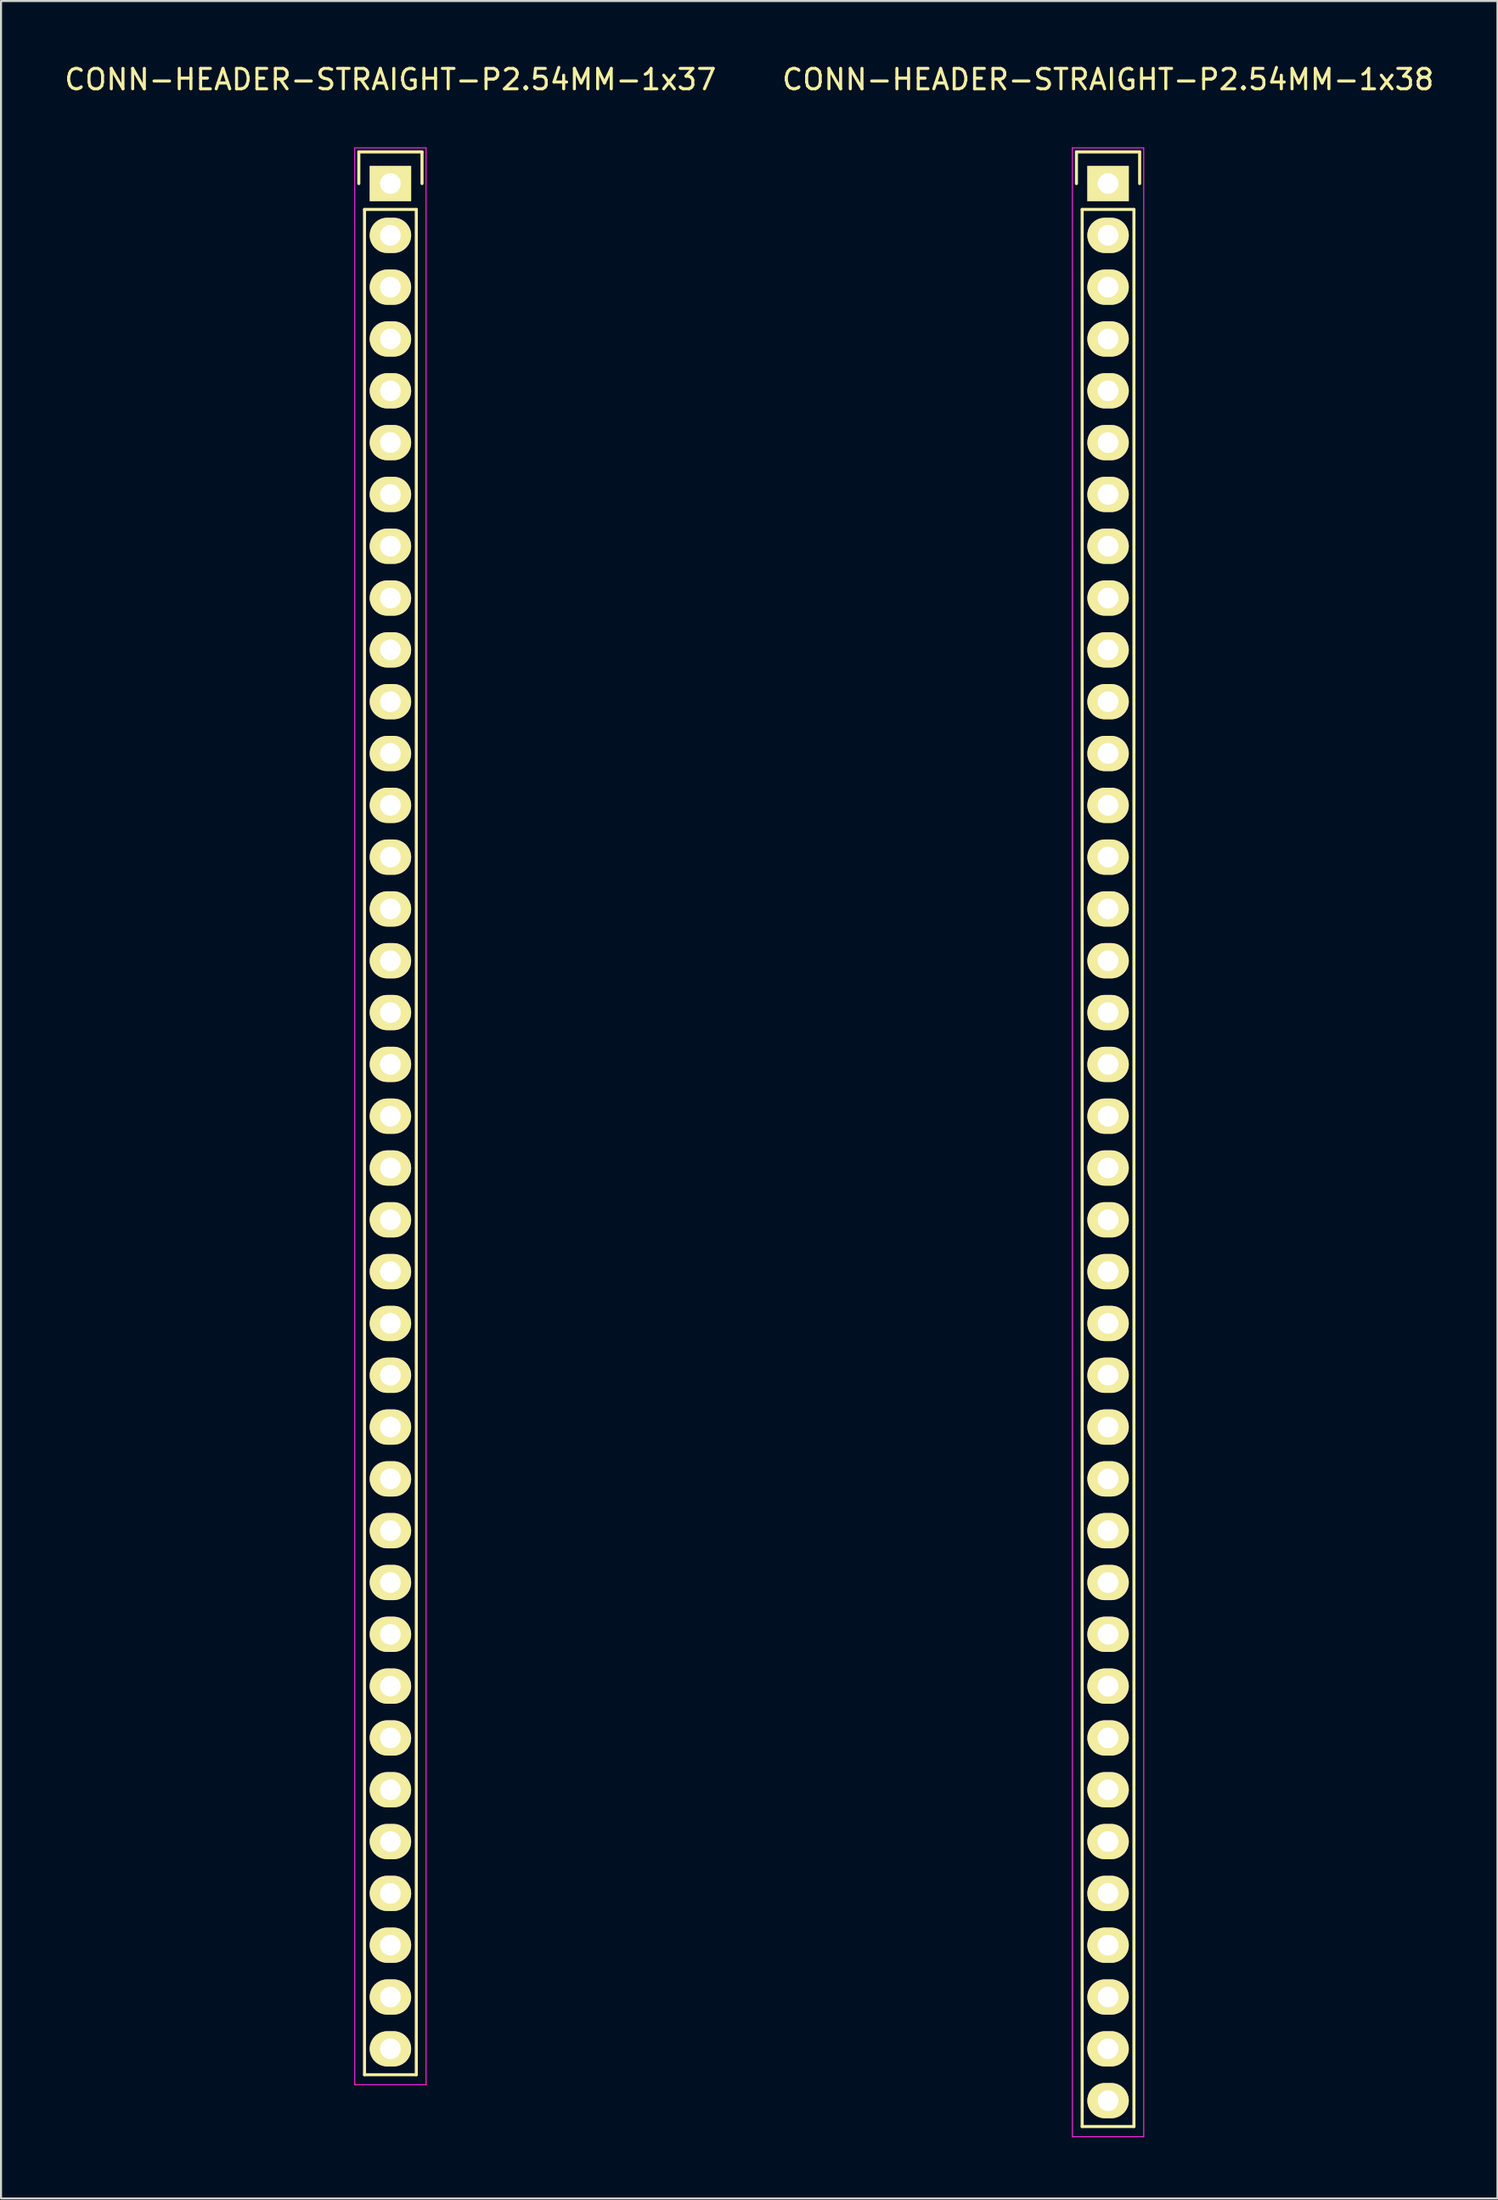
<source format=kicad_pcb>
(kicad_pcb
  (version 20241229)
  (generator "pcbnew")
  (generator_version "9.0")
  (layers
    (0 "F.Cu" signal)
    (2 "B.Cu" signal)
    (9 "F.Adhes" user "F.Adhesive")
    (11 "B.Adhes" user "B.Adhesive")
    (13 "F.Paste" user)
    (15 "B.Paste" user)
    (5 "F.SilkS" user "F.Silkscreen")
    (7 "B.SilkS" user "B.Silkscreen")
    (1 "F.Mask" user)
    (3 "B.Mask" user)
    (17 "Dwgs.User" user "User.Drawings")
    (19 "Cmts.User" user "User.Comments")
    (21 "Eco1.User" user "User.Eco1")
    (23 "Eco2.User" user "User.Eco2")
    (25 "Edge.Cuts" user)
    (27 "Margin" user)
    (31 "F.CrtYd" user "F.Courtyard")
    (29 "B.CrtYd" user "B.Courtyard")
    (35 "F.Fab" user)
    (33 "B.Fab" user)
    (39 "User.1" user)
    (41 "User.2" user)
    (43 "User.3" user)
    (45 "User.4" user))
  (footprint "CONN-HEADER-STRAIGHT-P2.54MM-1x37"
    (layer "F.Cu")
    (at 16.101 5.948)
    (property "Reference" "CONN-HEADER-STRAIGHT-P2.54MM-1x37" (at 0 -5.1 0) (layer "F.SilkS") (effects (font (size 1 1) (thickness 0.15))))
    (attr through_hole)
    (fp_line (start -1.55 -1.55) (end 1.55 -1.55) (stroke (width 0.15) (type solid)) (layer "F.SilkS"))
    (fp_line (start -1.55 0) (end -1.55 -1.55) (stroke (width 0.15) (type solid)) (layer "F.SilkS"))
    (fp_line (start -1.27 1.27) (end -1.27 92.71) (stroke (width 0.15) (type solid)) (layer "F.SilkS"))
    (fp_line (start -1.27 92.71) (end 1.27 92.71) (stroke (width 0.15) (type solid)) (layer "F.SilkS"))
    (fp_line (start 1.27 1.27) (end -1.27 1.27) (stroke (width 0.15) (type solid)) (layer "F.SilkS"))
    (fp_line (start 1.27 92.71) (end 1.27 1.27) (stroke (width 0.15) (type solid)) (layer "F.SilkS"))
    (fp_line (start 1.55 -1.55) (end 1.55 0) (stroke (width 0.15) (type solid)) (layer "F.SilkS"))
    (fp_line (start -1.75 -1.75) (end -1.75 93.2) (stroke (width 0.05) (type solid)) (layer "F.CrtYd"))
    (fp_line (start -1.75 -1.75) (end 1.75 -1.75) (stroke (width 0.05) (type solid)) (layer "F.CrtYd"))
    (fp_line (start -1.75 93.2) (end 1.75 93.2) (stroke (width 0.05) (type solid)) (layer "F.CrtYd"))
    (fp_line (start 1.75 -1.75) (end 1.75 93.2) (stroke (width 0.05) (type solid)) (layer "F.CrtYd"))
    (pad "1" thru_hole rect (at 0 0) (size 2.032 1.727) (drill 1.016) (layers "*.Cu" "*.Mask" "F.SilkS"))
    (pad "2" thru_hole oval (at 0 2.54) (size 2.032 1.727) (drill 1.016) (layers "*.Cu" "*.Mask" "F.SilkS"))
    (pad "3" thru_hole oval (at 0 5.08) (size 2.032 1.727) (drill 1.016) (layers "*.Cu" "*.Mask" "F.SilkS"))
    (pad "4" thru_hole oval (at 0 7.62) (size 2.032 1.727) (drill 1.016) (layers "*.Cu" "*.Mask" "F.SilkS"))
    (pad "5" thru_hole oval (at 0 10.16) (size 2.032 1.727) (drill 1.016) (layers "*.Cu" "*.Mask" "F.SilkS"))
    (pad "6" thru_hole oval (at 0 12.7) (size 2.032 1.727) (drill 1.016) (layers "*.Cu" "*.Mask" "F.SilkS"))
    (pad "7" thru_hole oval (at 0 15.24) (size 2.032 1.727) (drill 1.016) (layers "*.Cu" "*.Mask" "F.SilkS"))
    (pad "8" thru_hole oval (at 0 17.78) (size 2.032 1.727) (drill 1.016) (layers "*.Cu" "*.Mask" "F.SilkS"))
    (pad "9" thru_hole oval (at 0 20.32) (size 2.032 1.727) (drill 1.016) (layers "*.Cu" "*.Mask" "F.SilkS"))
    (pad "10" thru_hole oval (at 0 22.86) (size 2.032 1.727) (drill 1.016) (layers "*.Cu" "*.Mask" "F.SilkS"))
    (pad "11" thru_hole oval (at 0 25.4) (size 2.032 1.727) (drill 1.016) (layers "*.Cu" "*.Mask" "F.SilkS"))
    (pad "12" thru_hole oval (at 0 27.94) (size 2.032 1.727) (drill 1.016) (layers "*.Cu" "*.Mask" "F.SilkS"))
    (pad "13" thru_hole oval (at 0 30.48) (size 2.032 1.727) (drill 1.016) (layers "*.Cu" "*.Mask" "F.SilkS"))
    (pad "14" thru_hole oval (at 0 33.02) (size 2.032 1.727) (drill 1.016) (layers "*.Cu" "*.Mask" "F.SilkS"))
    (pad "15" thru_hole oval (at 0 35.56) (size 2.032 1.727) (drill 1.016) (layers "*.Cu" "*.Mask" "F.SilkS"))
    (pad "16" thru_hole oval (at 0 38.1) (size 2.032 1.727) (drill 1.016) (layers "*.Cu" "*.Mask" "F.SilkS"))
    (pad "17" thru_hole oval (at 0 40.64) (size 2.032 1.727) (drill 1.016) (layers "*.Cu" "*.Mask" "F.SilkS"))
    (pad "18" thru_hole oval (at 0 43.18) (size 2.032 1.727) (drill 1.016) (layers "*.Cu" "*.Mask" "F.SilkS"))
    (pad "19" thru_hole oval (at 0 45.72) (size 2.032 1.727) (drill 1.016) (layers "*.Cu" "*.Mask" "F.SilkS"))
    (pad "20" thru_hole oval (at 0 48.26) (size 2.032 1.727) (drill 1.016) (layers "*.Cu" "*.Mask" "F.SilkS"))
    (pad "21" thru_hole oval (at 0 50.8) (size 2.032 1.727) (drill 1.016) (layers "*.Cu" "*.Mask" "F.SilkS"))
    (pad "22" thru_hole oval (at 0 53.34) (size 2.032 1.727) (drill 1.016) (layers "*.Cu" "*.Mask" "F.SilkS"))
    (pad "23" thru_hole oval (at 0 55.88) (size 2.032 1.727) (drill 1.016) (layers "*.Cu" "*.Mask" "F.SilkS"))
    (pad "24" thru_hole oval (at 0 58.42) (size 2.032 1.727) (drill 1.016) (layers "*.Cu" "*.Mask" "F.SilkS"))
    (pad "25" thru_hole oval (at 0 60.96) (size 2.032 1.727) (drill 1.016) (layers "*.Cu" "*.Mask" "F.SilkS"))
    (pad "26" thru_hole oval (at 0 63.5) (size 2.032 1.727) (drill 1.016) (layers "*.Cu" "*.Mask" "F.SilkS"))
    (pad "27" thru_hole oval (at 0 66.04) (size 2.032 1.727) (drill 1.016) (layers "*.Cu" "*.Mask" "F.SilkS"))
    (pad "28" thru_hole oval (at 0 68.58) (size 2.032 1.727) (drill 1.016) (layers "*.Cu" "*.Mask" "F.SilkS"))
    (pad "29" thru_hole oval (at 0 71.12) (size 2.032 1.727) (drill 1.016) (layers "*.Cu" "*.Mask" "F.SilkS"))
    (pad "30" thru_hole oval (at 0 73.66) (size 2.032 1.727) (drill 1.016) (layers "*.Cu" "*.Mask" "F.SilkS"))
    (pad "31" thru_hole oval (at 0 76.2) (size 2.032 1.727) (drill 1.016) (layers "*.Cu" "*.Mask" "F.SilkS"))
    (pad "32" thru_hole oval (at 0 78.74) (size 2.032 1.727) (drill 1.016) (layers "*.Cu" "*.Mask" "F.SilkS"))
    (pad "33" thru_hole oval (at 0 81.28) (size 2.032 1.727) (drill 1.016) (layers "*.Cu" "*.Mask" "F.SilkS"))
    (pad "34" thru_hole oval (at 0 83.82) (size 2.032 1.727) (drill 1.016) (layers "*.Cu" "*.Mask" "F.SilkS"))
    (pad "35" thru_hole oval (at 0 86.36) (size 2.032 1.727) (drill 1.016) (layers "*.Cu" "*.Mask" "F.SilkS"))
    (pad "36" thru_hole oval (at 0 88.9) (size 2.032 1.727) (drill 1.016) (layers "*.Cu" "*.Mask" "F.SilkS"))
    (pad "37" thru_hole oval (at 0 91.44) (size 2.032 1.727) (drill 1.016) (layers "*.Cu" "*.Mask" "F.SilkS")))
  (footprint "CONN-HEADER-STRAIGHT-P2.54MM-1x38"
    (layer "F.Cu")
    (at 51.304 5.948)
    (property "Reference" "CONN-HEADER-STRAIGHT-P2.54MM-1x38" (at 0 -5.1 0) (layer "F.SilkS") (effects (font (size 1 1) (thickness 0.15))))
    (attr through_hole)
    (fp_line (start -1.55 -1.55) (end 1.55 -1.55) (stroke (width 0.15) (type solid)) (layer "F.SilkS"))
    (fp_line (start -1.55 0) (end -1.55 -1.55) (stroke (width 0.15) (type solid)) (layer "F.SilkS"))
    (fp_line (start -1.27 1.27) (end -1.27 95.25) (stroke (width 0.15) (type solid)) (layer "F.SilkS"))
    (fp_line (start -1.27 95.25) (end 1.27 95.25) (stroke (width 0.15) (type solid)) (layer "F.SilkS"))
    (fp_line (start 1.27 1.27) (end -1.27 1.27) (stroke (width 0.15) (type solid)) (layer "F.SilkS"))
    (fp_line (start 1.27 95.25) (end 1.27 1.27) (stroke (width 0.15) (type solid)) (layer "F.SilkS"))
    (fp_line (start 1.55 -1.55) (end 1.55 0) (stroke (width 0.15) (type solid)) (layer "F.SilkS"))
    (fp_line (start -1.75 -1.75) (end -1.75 95.75) (stroke (width 0.05) (type solid)) (layer "F.CrtYd"))
    (fp_line (start -1.75 -1.75) (end 1.75 -1.75) (stroke (width 0.05) (type solid)) (layer "F.CrtYd"))
    (fp_line (start -1.75 95.75) (end 1.75 95.75) (stroke (width 0.05) (type solid)) (layer "F.CrtYd"))
    (fp_line (start 1.75 -1.75) (end 1.75 95.75) (stroke (width 0.05) (type solid)) (layer "F.CrtYd"))
    (pad "1" thru_hole rect (at 0 0) (size 2.032 1.727) (drill 1.016) (layers "*.Cu" "*.Mask" "F.SilkS"))
    (pad "2" thru_hole oval (at 0 2.54) (size 2.032 1.727) (drill 1.016) (layers "*.Cu" "*.Mask" "F.SilkS"))
    (pad "3" thru_hole oval (at 0 5.08) (size 2.032 1.727) (drill 1.016) (layers "*.Cu" "*.Mask" "F.SilkS"))
    (pad "4" thru_hole oval (at 0 7.62) (size 2.032 1.727) (drill 1.016) (layers "*.Cu" "*.Mask" "F.SilkS"))
    (pad "5" thru_hole oval (at 0 10.16) (size 2.032 1.727) (drill 1.016) (layers "*.Cu" "*.Mask" "F.SilkS"))
    (pad "6" thru_hole oval (at 0 12.7) (size 2.032 1.727) (drill 1.016) (layers "*.Cu" "*.Mask" "F.SilkS"))
    (pad "7" thru_hole oval (at 0 15.24) (size 2.032 1.727) (drill 1.016) (layers "*.Cu" "*.Mask" "F.SilkS"))
    (pad "8" thru_hole oval (at 0 17.78) (size 2.032 1.727) (drill 1.016) (layers "*.Cu" "*.Mask" "F.SilkS"))
    (pad "9" thru_hole oval (at 0 20.32) (size 2.032 1.727) (drill 1.016) (layers "*.Cu" "*.Mask" "F.SilkS"))
    (pad "10" thru_hole oval (at 0 22.86) (size 2.032 1.727) (drill 1.016) (layers "*.Cu" "*.Mask" "F.SilkS"))
    (pad "11" thru_hole oval (at 0 25.4) (size 2.032 1.727) (drill 1.016) (layers "*.Cu" "*.Mask" "F.SilkS"))
    (pad "12" thru_hole oval (at 0 27.94) (size 2.032 1.727) (drill 1.016) (layers "*.Cu" "*.Mask" "F.SilkS"))
    (pad "13" thru_hole oval (at 0 30.48) (size 2.032 1.727) (drill 1.016) (layers "*.Cu" "*.Mask" "F.SilkS"))
    (pad "14" thru_hole oval (at 0 33.02) (size 2.032 1.727) (drill 1.016) (layers "*.Cu" "*.Mask" "F.SilkS"))
    (pad "15" thru_hole oval (at 0 35.56) (size 2.032 1.727) (drill 1.016) (layers "*.Cu" "*.Mask" "F.SilkS"))
    (pad "16" thru_hole oval (at 0 38.1) (size 2.032 1.727) (drill 1.016) (layers "*.Cu" "*.Mask" "F.SilkS"))
    (pad "17" thru_hole oval (at 0 40.64) (size 2.032 1.727) (drill 1.016) (layers "*.Cu" "*.Mask" "F.SilkS"))
    (pad "18" thru_hole oval (at 0 43.18) (size 2.032 1.727) (drill 1.016) (layers "*.Cu" "*.Mask" "F.SilkS"))
    (pad "19" thru_hole oval (at 0 45.72) (size 2.032 1.727) (drill 1.016) (layers "*.Cu" "*.Mask" "F.SilkS"))
    (pad "20" thru_hole oval (at 0 48.26) (size 2.032 1.727) (drill 1.016) (layers "*.Cu" "*.Mask" "F.SilkS"))
    (pad "21" thru_hole oval (at 0 50.8) (size 2.032 1.727) (drill 1.016) (layers "*.Cu" "*.Mask" "F.SilkS"))
    (pad "22" thru_hole oval (at 0 53.34) (size 2.032 1.727) (drill 1.016) (layers "*.Cu" "*.Mask" "F.SilkS"))
    (pad "23" thru_hole oval (at 0 55.88) (size 2.032 1.727) (drill 1.016) (layers "*.Cu" "*.Mask" "F.SilkS"))
    (pad "24" thru_hole oval (at 0 58.42) (size 2.032 1.727) (drill 1.016) (layers "*.Cu" "*.Mask" "F.SilkS"))
    (pad "25" thru_hole oval (at 0 60.96) (size 2.032 1.727) (drill 1.016) (layers "*.Cu" "*.Mask" "F.SilkS"))
    (pad "26" thru_hole oval (at 0 63.5) (size 2.032 1.727) (drill 1.016) (layers "*.Cu" "*.Mask" "F.SilkS"))
    (pad "27" thru_hole oval (at 0 66.04) (size 2.032 1.727) (drill 1.016) (layers "*.Cu" "*.Mask" "F.SilkS"))
    (pad "28" thru_hole oval (at 0 68.58) (size 2.032 1.727) (drill 1.016) (layers "*.Cu" "*.Mask" "F.SilkS"))
    (pad "29" thru_hole oval (at 0 71.12) (size 2.032 1.727) (drill 1.016) (layers "*.Cu" "*.Mask" "F.SilkS"))
    (pad "30" thru_hole oval (at 0 73.66) (size 2.032 1.727) (drill 1.016) (layers "*.Cu" "*.Mask" "F.SilkS"))
    (pad "31" thru_hole oval (at 0 76.2) (size 2.032 1.727) (drill 1.016) (layers "*.Cu" "*.Mask" "F.SilkS"))
    (pad "32" thru_hole oval (at 0 78.74) (size 2.032 1.727) (drill 1.016) (layers "*.Cu" "*.Mask" "F.SilkS"))
    (pad "33" thru_hole oval (at 0 81.28) (size 2.032 1.727) (drill 1.016) (layers "*.Cu" "*.Mask" "F.SilkS"))
    (pad "34" thru_hole oval (at 0 83.82) (size 2.032 1.727) (drill 1.016) (layers "*.Cu" "*.Mask" "F.SilkS"))
    (pad "35" thru_hole oval (at 0 86.36) (size 2.032 1.727) (drill 1.016) (layers "*.Cu" "*.Mask" "F.SilkS"))
    (pad "36" thru_hole oval (at 0 88.9) (size 2.032 1.727) (drill 1.016) (layers "*.Cu" "*.Mask" "F.SilkS"))
    (pad "37" thru_hole oval (at 0 91.44) (size 2.032 1.727) (drill 1.016) (layers "*.Cu" "*.Mask" "F.SilkS"))
    (pad "38" thru_hole oval (at 0 93.98) (size 2.032 1.727) (drill 1.016) (layers "*.Cu" "*.Mask" "F.SilkS")))
  (gr_rect
    (start -3 -3)
    (end 70.405 104.723)
    (stroke (width 0.1) (type default))
    (fill no)
    (layer "Edge.Cuts")))
</source>
